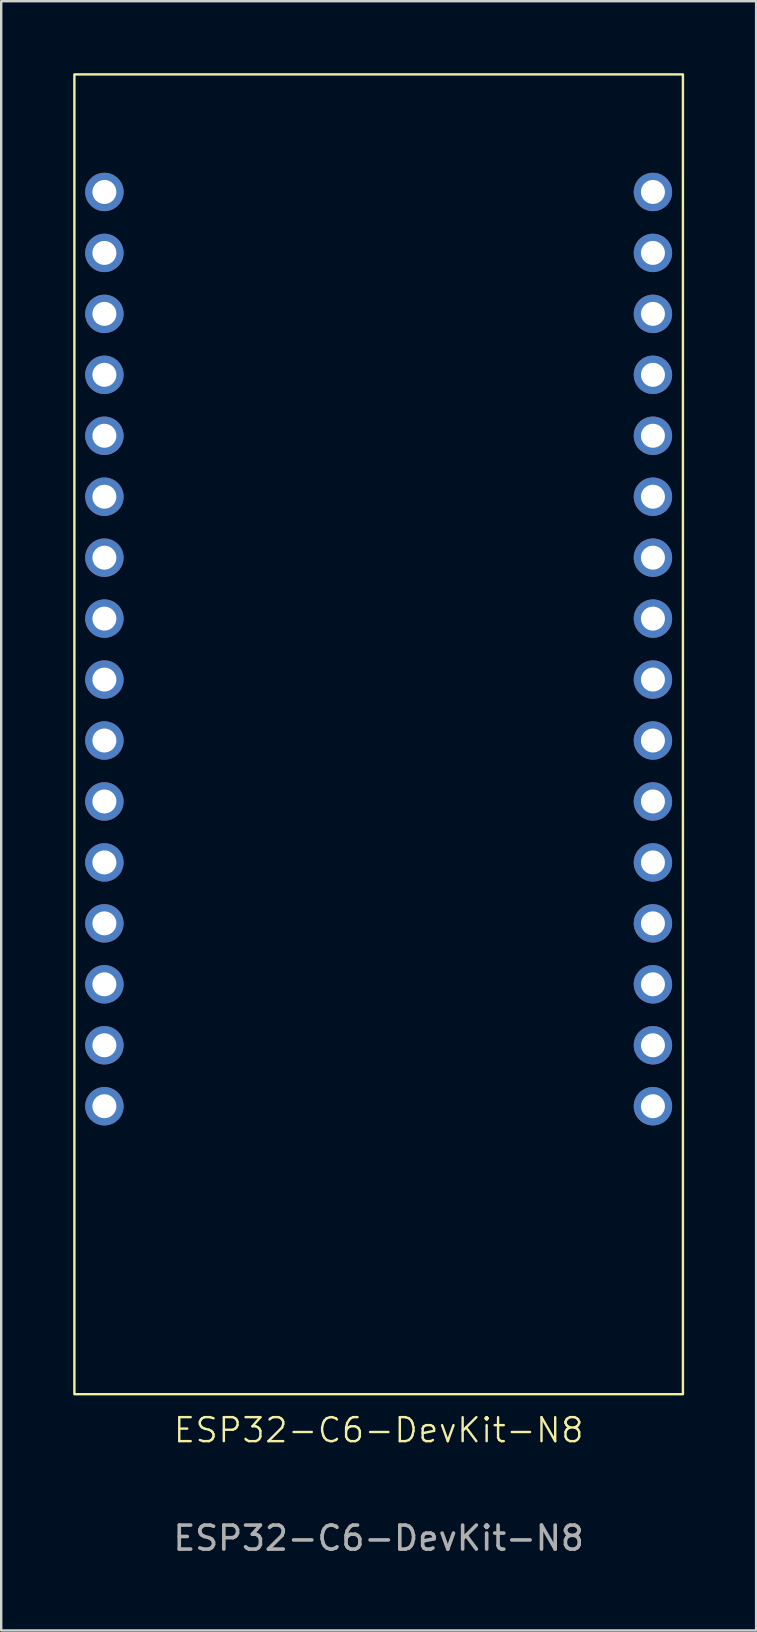
<source format=kicad_pcb>
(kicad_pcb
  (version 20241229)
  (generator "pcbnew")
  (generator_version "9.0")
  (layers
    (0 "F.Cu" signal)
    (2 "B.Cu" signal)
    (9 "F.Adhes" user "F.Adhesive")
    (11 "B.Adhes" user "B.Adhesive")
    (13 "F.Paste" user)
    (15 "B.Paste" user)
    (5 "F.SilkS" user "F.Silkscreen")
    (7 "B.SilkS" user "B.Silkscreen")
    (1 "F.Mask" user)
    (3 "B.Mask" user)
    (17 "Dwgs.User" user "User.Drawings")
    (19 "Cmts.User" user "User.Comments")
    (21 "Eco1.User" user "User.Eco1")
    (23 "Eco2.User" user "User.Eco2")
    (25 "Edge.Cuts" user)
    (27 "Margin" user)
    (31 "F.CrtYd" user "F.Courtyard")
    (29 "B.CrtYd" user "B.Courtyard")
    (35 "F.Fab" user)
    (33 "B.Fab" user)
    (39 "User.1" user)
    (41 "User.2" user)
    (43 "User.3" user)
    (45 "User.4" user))
  (footprint "ESP32-C6-DevKit-N8"
    (layer "F.Cu")
    (at 12.73 27.55)
    (property "Reference" "ESP32-C6-DevKit-N8" (at 0 29 0) (unlocked yes) (layer "F.SilkS") (effects (font (size 1 1) (thickness 0.1))))
    (attr through_hole)
    (fp_rect (start -12.68 -27.5) (end 12.68 27.5) (stroke (width 0.1) (type default)) (fill no) (layer "F.SilkS"))
    (fp_text user "${REFERENCE}" (at 0 33.5 0) (unlocked yes) (layer "F.Fab") (effects (font (size 1 1) (thickness 0.15))))
    (pad "1" thru_hole circle (at -11.43 -22.6) (size 1.6 1.6) (drill 1) (layers "*.Cu" "*.Mask"))
    (pad "2" thru_hole circle (at -11.43 -20.06) (size 1.6 1.6) (drill 1) (layers "*.Cu" "*.Mask"))
    (pad "3" thru_hole circle (at -11.43 -17.52) (size 1.6 1.6) (drill 1) (layers "*.Cu" "*.Mask"))
    (pad "4" thru_hole circle (at -11.43 -14.98) (size 1.6 1.6) (drill 1) (layers "*.Cu" "*.Mask"))
    (pad "5" thru_hole circle (at -11.43 -12.44) (size 1.6 1.6) (drill 1) (layers "*.Cu" "*.Mask"))
    (pad "6" thru_hole circle (at -11.43 -9.9) (size 1.6 1.6) (drill 1) (layers "*.Cu" "*.Mask"))
    (pad "7" thru_hole circle (at -11.43 -7.36) (size 1.6 1.6) (drill 1) (layers "*.Cu" "*.Mask"))
    (pad "8" thru_hole circle (at -11.43 -4.82) (size 1.6 1.6) (drill 1) (layers "*.Cu" "*.Mask"))
    (pad "9" thru_hole circle (at -11.43 -2.28) (size 1.6 1.6) (drill 1) (layers "*.Cu" "*.Mask"))
    (pad "10" thru_hole circle (at -11.43 0.26) (size 1.6 1.6) (drill 1) (layers "*.Cu" "*.Mask"))
    (pad "11" thru_hole circle (at -11.43 2.8) (size 1.6 1.6) (drill 1) (layers "*.Cu" "*.Mask"))
    (pad "12" thru_hole circle (at -11.43 5.34) (size 1.6 1.6) (drill 1) (layers "*.Cu" "*.Mask"))
    (pad "13" thru_hole circle (at -11.43 7.88) (size 1.6 1.6) (drill 1) (layers "*.Cu" "*.Mask"))
    (pad "14" thru_hole circle (at -11.43 10.42) (size 1.6 1.6) (drill 1) (layers "*.Cu" "*.Mask"))
    (pad "15" thru_hole circle (at -11.43 12.96) (size 1.6 1.6) (drill 1) (layers "*.Cu" "*.Mask"))
    (pad "16" thru_hole circle (at -11.43 15.5) (size 1.6 1.6) (drill 1) (layers "*.Cu" "*.Mask"))
    (pad "17" thru_hole circle (at 11.43 -22.6) (size 1.6 1.6) (drill 1) (layers "*.Cu" "*.Mask"))
    (pad "18" thru_hole circle (at 11.43 -20.06) (size 1.6 1.6) (drill 1) (layers "*.Cu" "*.Mask"))
    (pad "19" thru_hole circle (at 11.43 -17.52) (size 1.6 1.6) (drill 1) (layers "*.Cu" "*.Mask"))
    (pad "20" thru_hole circle (at 11.43 -14.98) (size 1.6 1.6) (drill 1) (layers "*.Cu" "*.Mask"))
    (pad "21" thru_hole circle (at 11.43 -12.44) (size 1.6 1.6) (drill 1) (layers "*.Cu" "*.Mask"))
    (pad "22" thru_hole circle (at 11.43 -9.9) (size 1.6 1.6) (drill 1) (layers "*.Cu" "*.Mask"))
    (pad "23" thru_hole circle (at 11.43 -7.36) (size 1.6 1.6) (drill 1) (layers "*.Cu" "*.Mask"))
    (pad "24" thru_hole circle (at 11.43 -4.82) (size 1.6 1.6) (drill 1) (layers "*.Cu" "*.Mask"))
    (pad "25" thru_hole circle (at 11.43 -2.28) (size 1.6 1.6) (drill 1) (layers "*.Cu" "*.Mask"))
    (pad "26" thru_hole circle (at 11.43 0.26) (size 1.6 1.6) (drill 1) (layers "*.Cu" "*.Mask"))
    (pad "27" thru_hole circle (at 11.43 2.8) (size 1.6 1.6) (drill 1) (layers "*.Cu" "*.Mask"))
    (pad "28" thru_hole circle (at 11.43 5.34) (size 1.6 1.6) (drill 1) (layers "*.Cu" "*.Mask"))
    (pad "29" thru_hole circle (at 11.43 7.88) (size 1.6 1.6) (drill 1) (layers "*.Cu" "*.Mask"))
    (pad "30" thru_hole circle (at 11.43 10.42) (size 1.6 1.6) (drill 1) (layers "*.Cu" "*.Mask"))
    (pad "31" thru_hole circle (at 11.43 12.96) (size 1.6 1.6) (drill 1) (layers "*.Cu" "*.Mask"))
    (pad "32" thru_hole circle (at 11.43 15.5) (size 1.6 1.6) (drill 1) (layers "*.Cu" "*.Mask")))
  (gr_rect
    (start -3 -3)
    (end 28.46 64.898)
    (stroke (width 0.1) (type default))
    (fill no)
    (layer "Edge.Cuts")))
</source>
